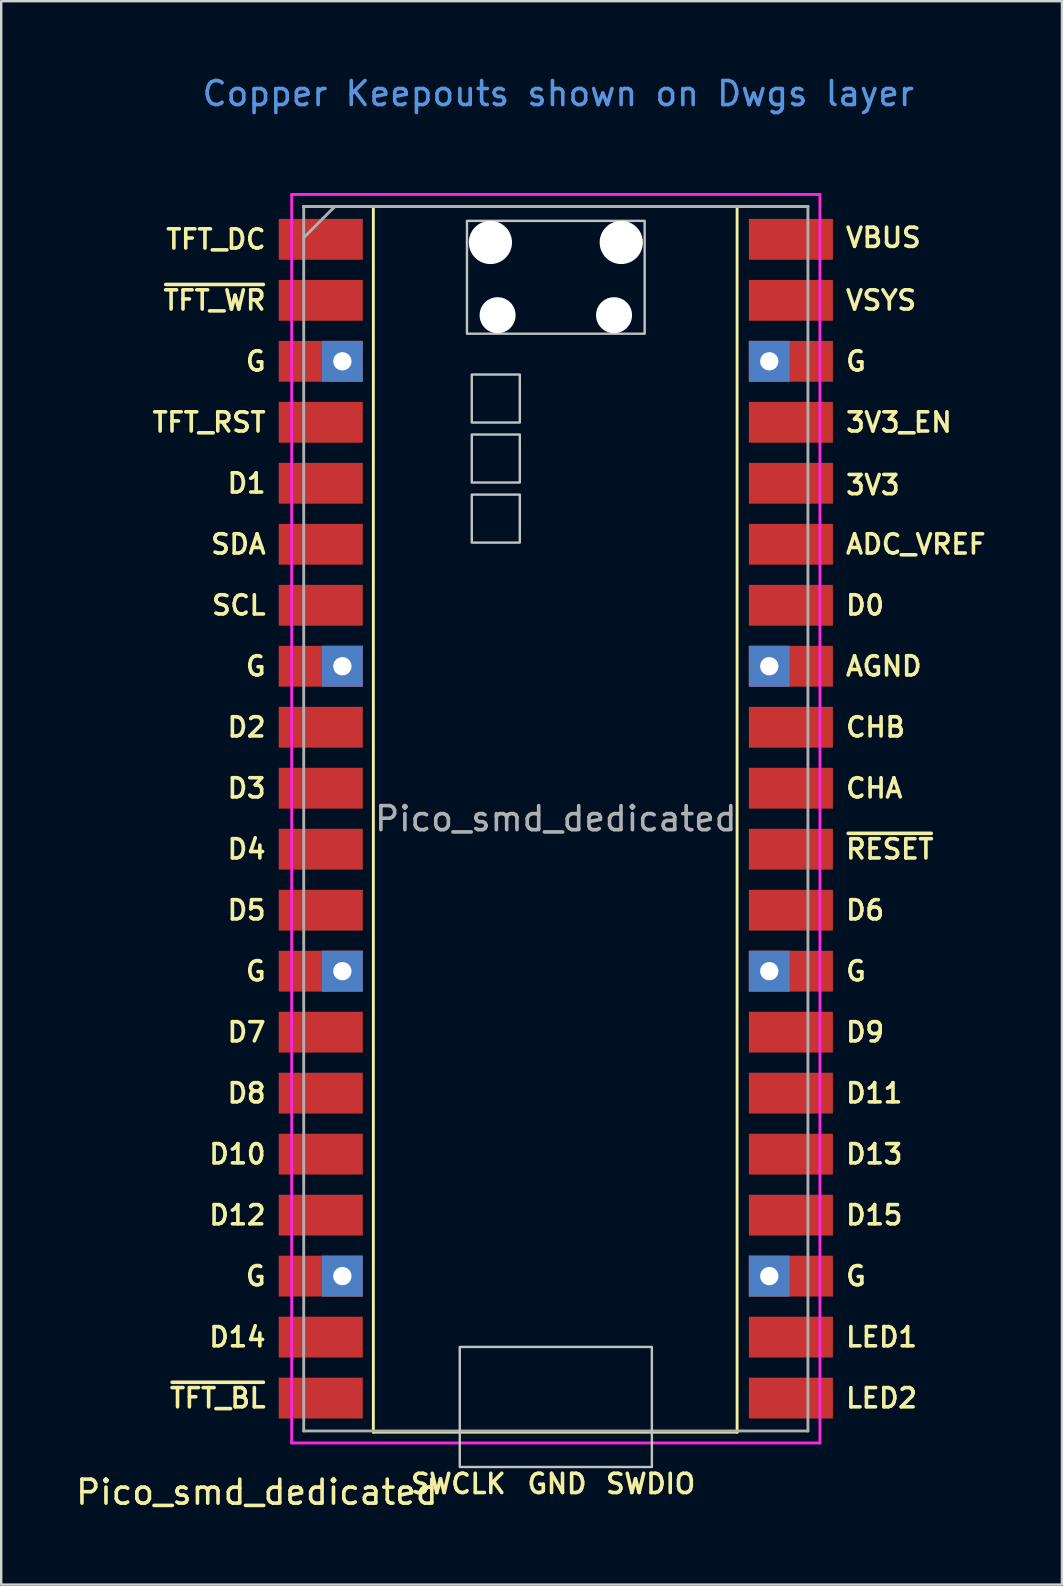
<source format=kicad_pcb>
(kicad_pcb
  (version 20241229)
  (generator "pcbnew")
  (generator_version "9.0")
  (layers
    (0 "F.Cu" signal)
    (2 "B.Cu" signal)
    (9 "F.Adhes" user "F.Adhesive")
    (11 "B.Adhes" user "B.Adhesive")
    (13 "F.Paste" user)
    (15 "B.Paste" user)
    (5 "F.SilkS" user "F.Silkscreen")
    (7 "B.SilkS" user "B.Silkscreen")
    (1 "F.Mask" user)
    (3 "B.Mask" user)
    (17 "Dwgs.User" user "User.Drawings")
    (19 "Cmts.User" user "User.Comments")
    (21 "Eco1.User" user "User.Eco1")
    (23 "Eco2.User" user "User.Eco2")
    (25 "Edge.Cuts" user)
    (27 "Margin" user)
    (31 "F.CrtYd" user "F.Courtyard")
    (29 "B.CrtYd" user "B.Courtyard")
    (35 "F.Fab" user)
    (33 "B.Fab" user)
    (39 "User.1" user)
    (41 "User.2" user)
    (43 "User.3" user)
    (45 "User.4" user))
  (footprint "Pico_smd_dedicated"
    (layer "F.Cu")
    (at 20.099 31.048)
    (property "Reference" "Pico_smd_dedicated" (at -12.45 28.05 0) (layer "F.SilkS") (effects (font (size 1 1) (thickness 0.15))))
    (attr through_hole)
    (fp_line (start -10.5 -25.5) (end 10.5 -25.5) (stroke (width 0.12) (type solid)) (layer "F.SilkS"))
    (fp_line (start -7.6 -25.5) (end -7.6 25.55) (stroke (width 0.12) (type solid)) (layer "F.SilkS"))
    (fp_line (start -7.6 25.55) (end 7.55 25.55) (stroke (width 0.12) (type solid)) (layer "F.SilkS"))
    (fp_line (start 7.55 25.55) (end 7.55 -25.5) (stroke (width 0.12) (type solid)) (layer "F.SilkS"))
    (fp_poly (pts (xy -1.5 -16.5) (xy -3.5 -16.5) (xy -3.5 -18.5) (xy -1.5 -18.5)) (stroke (width 0.1) (type solid)) (fill no) (layer "Dwgs.User"))
    (fp_poly (pts (xy -1.5 -14) (xy -3.5 -14) (xy -3.5 -16) (xy -1.5 -16)) (stroke (width 0.1) (type solid)) (fill no) (layer "Dwgs.User"))
    (fp_poly (pts (xy -1.5 -11.5) (xy -3.5 -11.5) (xy -3.5 -13.5) (xy -1.5 -13.5)) (stroke (width 0.1) (type solid)) (fill no) (layer "Dwgs.User"))
    (fp_poly (pts (xy 3.7 -20.2) (xy -3.7 -20.2) (xy -3.7 -24.9) (xy 3.7 -24.9)) (stroke (width 0.1) (type solid)) (fill no) (layer "Dwgs.User"))
    (fp_poly (pts (xy 4 27) (xy -4 27) (xy -4 22) (xy 4 22)) (stroke (width 0.1) (type solid)) (fill no) (layer "Dwgs.User"))
    (fp_line (start -11 -26) (end 11 -26) (stroke (width 0.12) (type solid)) (layer "F.CrtYd"))
    (fp_line (start -11 26) (end -11 -26) (stroke (width 0.12) (type solid)) (layer "F.CrtYd"))
    (fp_line (start 11 -26) (end 11 26) (stroke (width 0.12) (type solid)) (layer "F.CrtYd"))
    (fp_line (start 11 26) (end -11 26) (stroke (width 0.12) (type solid)) (layer "F.CrtYd"))
    (fp_line (start -10.5 -25.5) (end 10.5 -25.5) (stroke (width 0.12) (type solid)) (layer "F.Fab"))
    (fp_line (start -10.5 -24.2) (end -9.2 -25.5) (stroke (width 0.12) (type solid)) (layer "F.Fab"))
    (fp_line (start -10.5 25.5) (end -10.5 -25.5) (stroke (width 0.12) (type solid)) (layer "F.Fab"))
    (fp_line (start 10.5 -25.5) (end 10.5 25.5) (stroke (width 0.12) (type solid)) (layer "F.Fab"))
    (fp_line (start 10.5 25.5) (end -10.5 25.5) (stroke (width 0.12) (type solid)) (layer "F.Fab"))
    (fp_text user "~{TFT_WR}" (at -12 -21.59 0) (layer "F.SilkS") (effects (font (size 0.8 0.8) (thickness 0.15)) (justify right)))
    (fp_text user "D5" (at -12 3.81 0) (layer "F.SilkS") (effects (font (size 0.8 0.8) (thickness 0.15)) (justify right)))
    (fp_text user "D1" (at -12 -13.97 0) (layer "F.SilkS") (effects (font (size 0.8 0.8) (thickness 0.15)) (justify right)))
    (fp_text user "AGND" (at 12 -6.35 0) (layer "F.SilkS") (effects (font (size 0.8 0.8) (thickness 0.15)) (justify left)))
    (fp_text user "~{TFT_BL}" (at -12 24.13 0) (layer "F.SilkS") (effects (font (size 0.8 0.8) (thickness 0.15)) (justify right)))
    (fp_text user "LED1" (at 12 21.59 0) (layer "F.SilkS") (effects (font (size 0.8 0.8) (thickness 0.15)) (justify left)))
    (fp_text user "VSYS" (at 12 -21.59 0) (layer "F.SilkS") (effects (font (size 0.8 0.8) (thickness 0.15)) (justify left)))
    (fp_text user "G" (at 12 19.05 0) (layer "F.SilkS") (effects (font (size 0.8 0.8) (thickness 0.15)) (justify left)))
    (fp_text user "3V3" (at 12 -13.9 0) (layer "F.SilkS") (effects (font (size 0.8 0.8) (thickness 0.15)) (justify left)))
    (fp_text user "ADC_VREF" (at 12 -11.43 0) (layer "F.SilkS") (effects (font (size 0.8 0.8) (thickness 0.15)) (justify left)))
    (fp_text user "D15" (at 12 16.51 0) (layer "F.SilkS") (effects (font (size 0.8 0.8) (thickness 0.15)) (justify left)))
    (fp_text user "SDA" (at -12 -11.43 0) (layer "F.SilkS") (effects (font (size 0.8 0.8) (thickness 0.15)) (justify right)))
    (fp_text user "D7" (at -12 8.89 0) (layer "F.SilkS") (effects (font (size 0.8 0.8) (thickness 0.15)) (justify right)))
    (fp_text user "G" (at 12 -19.05 0) (layer "F.SilkS") (effects (font (size 0.8 0.8) (thickness 0.15)) (justify left)))
    (fp_text user "G" (at -12 19.05 0) (layer "F.SilkS") (effects (font (size 0.8 0.8) (thickness 0.15)) (justify right)))
    (fp_text user "D6" (at 12 3.81 0) (layer "F.SilkS") (effects (font (size 0.8 0.8) (thickness 0.15)) (justify left)))
    (fp_text user "G" (at -12 -19.05 0) (layer "F.SilkS") (effects (font (size 0.8 0.8) (thickness 0.15)) (justify right)))
    (fp_text user "3V3_EN" (at 12 -16.51 0) (layer "F.SilkS") (effects (font (size 0.8 0.8) (thickness 0.15)) (justify left)))
    (fp_text user "D0" (at 12 -8.89 0) (layer "F.SilkS") (effects (font (size 0.8 0.8) (thickness 0.15)) (justify left)))
    (fp_text user "D3" (at -12 -1.27 0) (layer "F.SilkS") (effects (font (size 0.8 0.8) (thickness 0.15)) (justify right)))
    (fp_text user "TFT_DC" (at -12 -24.13 0) (layer "F.SilkS") (effects (font (size 0.8 0.8) (thickness 0.15)) (justify right)))
    (fp_text user "D2" (at -12 -3.81 0) (layer "F.SilkS") (effects (font (size 0.8 0.8) (thickness 0.15)) (justify right)))
    (fp_text user "G" (at -12 -6.35 0) (layer "F.SilkS") (effects (font (size 0.8 0.8) (thickness 0.15)) (justify right)))
    (fp_text user "D9" (at 12 8.89 0) (layer "F.SilkS") (effects (font (size 0.8 0.8) (thickness 0.15)) (justify left)))
    (fp_text user "TFT_RST" (at -12 -16.51 0) (layer "F.SilkS") (effects (font (size 0.8 0.8) (thickness 0.15)) (justify right)))
    (fp_text user "D14" (at -12 21.59 0) (layer "F.SilkS") (effects (font (size 0.8 0.8) (thickness 0.15)) (justify right)))
    (fp_text user "LED2" (at 12 24.13 0) (layer "F.SilkS") (effects (font (size 0.8 0.8) (thickness 0.15)) (justify left)))
    (fp_text user "D11" (at 12 11.43 0) (layer "F.SilkS") (effects (font (size 0.8 0.8) (thickness 0.15)) (justify left)))
    (fp_text user "VBUS" (at 12 -24.2 0) (layer "F.SilkS") (effects (font (size 0.8 0.8) (thickness 0.15)) (justify left)))
    (fp_text user "SCL" (at -12 -8.89 0) (layer "F.SilkS") (effects (font (size 0.8 0.8) (thickness 0.15)) (justify right)))
    (fp_text user "D13" (at 12 13.97 0) (layer "F.SilkS") (effects (font (size 0.8 0.8) (thickness 0.15)) (justify left)))
    (fp_text user "CHA" (at 12 -1.27 0) (layer "F.SilkS") (effects (font (size 0.8 0.8) (thickness 0.15)) (justify left)))
    (fp_text user "G" (at 12 6.35 0) (layer "F.SilkS") (effects (font (size 0.8 0.8) (thickness 0.15)) (justify left)))
    (fp_text user "CHB" (at 12 -3.81 0) (layer "F.SilkS") (effects (font (size 0.8 0.8) (thickness 0.15)) (justify left)))
    (fp_text user "D10" (at -12 13.97 0) (layer "F.SilkS") (effects (font (size 0.8 0.8) (thickness 0.15)) (justify right)))
    (fp_text user "D4" (at -12 1.27 0) (layer "F.SilkS") (effects (font (size 0.8 0.8) (thickness 0.15)) (justify right)))
    (fp_text user "GND" (at 0.05 27.7 0) (layer "F.SilkS") (effects (font (size 0.8 0.8) (thickness 0.15))))
    (fp_text user "G" (at -12 6.35 0) (layer "F.SilkS") (effects (font (size 0.8 0.8) (thickness 0.15)) (justify right)))
    (fp_text user "~{RESET}" (at 12 1.27 0) (layer "F.SilkS") (effects (font (size 0.8 0.8) (thickness 0.15)) (justify left)))
    (fp_text user "D12" (at -12 16.51 0) (layer "F.SilkS") (effects (font (size 0.8 0.8) (thickness 0.15)) (justify right)))
    (fp_text user "D8" (at -12 11.43 0) (layer "F.SilkS") (effects (font (size 0.8 0.8) (thickness 0.15)) (justify right)))
    (fp_text user "SWDIO" (at 2 27.7 0) (layer "F.SilkS") (effects (font (size 0.8 0.8) (thickness 0.15)) (justify left)))
    (fp_text user "SWCLK" (at -2 27.7 0) (layer "F.SilkS") (effects (font (size 0.8 0.8) (thickness 0.15)) (justify right)))
    (fp_text user "Copper Keepouts shown on Dwgs layer" (at 0.1 -30.2 0) (layer "Cmts.User") (effects (font (size 1 1) (thickness 0.15))))
    (fp_text user "${REFERENCE}" (at 0 0 180) (layer "F.Fab") (effects (font (size 1 1) (thickness 0.15))))
    (pad "" np_thru_hole oval (at -2.725 -24) (size 1.8 1.8) (drill 1.8) (layers "*.Cu" "*.Mask"))
    (pad "" np_thru_hole oval (at -2.425 -20.97) (size 1.5 1.5) (drill 1.5) (layers "*.Cu" "*.Mask"))
    (pad "" np_thru_hole oval (at 2.425 -20.97) (size 1.5 1.5) (drill 1.5) (layers "*.Cu" "*.Mask"))
    (pad "" np_thru_hole oval (at 2.725 -24) (size 1.8 1.8) (drill 1.8) (layers "*.Cu" "*.Mask"))
    (pad "1" smd rect (at -8.89 -24.13) (size 3.5 1.7) (drill (offset -0.9 0)) (layers "F.Cu" "F.Mask"))
    (pad "2" smd rect (at -8.89 -21.59) (size 3.5 1.7) (drill (offset -0.9 0)) (layers "F.Cu" "F.Mask"))
    (pad "3" thru_hole rect (at -8.89 -19.05) (size 1.7 1.7) (drill 0.762) (layers "*.Cu" "F.Mask"))
    (pad "3" smd rect (at -8.89 -19.05) (size 3.5 1.7) (drill (offset -0.9 0)) (layers "F.Cu" "F.Mask"))
    (pad "4" smd rect (at -8.89 -16.51) (size 3.5 1.7) (drill (offset -0.9 0)) (layers "F.Cu" "F.Mask"))
    (pad "5" smd rect (at -8.89 -13.97) (size 3.5 1.7) (drill (offset -0.9 0)) (layers "F.Cu" "F.Mask"))
    (pad "6" smd rect (at -8.89 -11.43) (size 3.5 1.7) (drill (offset -0.9 0)) (layers "F.Cu" "F.Mask"))
    (pad "7" smd rect (at -8.89 -8.89) (size 3.5 1.7) (drill (offset -0.9 0)) (layers "F.Cu" "F.Mask"))
    (pad "8" thru_hole rect (at -8.89 -6.35) (size 1.7 1.7) (drill 0.762) (layers "*.Cu" "F.Mask"))
    (pad "8" smd rect (at -8.89 -6.35) (size 3.5 1.7) (drill (offset -0.9 0)) (layers "F.Cu" "F.Mask"))
    (pad "9" smd rect (at -8.89 -3.81) (size 3.5 1.7) (drill (offset -0.9 0)) (layers "F.Cu" "F.Mask"))
    (pad "10" smd rect (at -8.89 -1.27) (size 3.5 1.7) (drill (offset -0.9 0)) (layers "F.Cu" "F.Mask"))
    (pad "11" smd rect (at -8.89 1.27) (size 3.5 1.7) (drill (offset -0.9 0)) (layers "F.Cu" "F.Mask"))
    (pad "12" smd rect (at -8.89 3.81) (size 3.5 1.7) (drill (offset -0.9 0)) (layers "F.Cu" "F.Mask"))
    (pad "13" thru_hole rect (at -8.89 6.35) (size 1.7 1.7) (drill 0.762) (layers "*.Cu" "F.Mask"))
    (pad "13" smd rect (at -8.89 6.35) (size 3.5 1.7) (drill (offset -0.9 0)) (layers "F.Cu" "F.Mask"))
    (pad "14" smd rect (at -8.89 8.89) (size 3.5 1.7) (drill (offset -0.9 0)) (layers "F.Cu" "F.Mask"))
    (pad "15" smd rect (at -8.89 11.43) (size 3.5 1.7) (drill (offset -0.9 0)) (layers "F.Cu" "F.Mask"))
    (pad "16" smd rect (at -8.89 13.97) (size 3.5 1.7) (drill (offset -0.9 0)) (layers "F.Cu" "F.Mask"))
    (pad "17" smd rect (at -8.89 16.51) (size 3.5 1.7) (drill (offset -0.9 0)) (layers "F.Cu" "F.Mask"))
    (pad "18" thru_hole rect (at -8.89 19.05) (size 1.7 1.7) (drill 0.762) (layers "*.Cu" "F.Mask"))
    (pad "18" smd rect (at -8.89 19.05) (size 3.5 1.7) (drill (offset -0.9 0)) (layers "F.Cu" "F.Mask"))
    (pad "19" smd rect (at -8.89 21.59) (size 3.5 1.7) (drill (offset -0.9 0)) (layers "F.Cu" "F.Mask"))
    (pad "20" smd rect (at -8.89 24.13) (size 3.5 1.7) (drill (offset -0.9 0)) (layers "F.Cu" "F.Mask"))
    (pad "21" smd rect (at 8.89 24.13) (size 3.5 1.7) (drill (offset 0.9 0)) (layers "F.Cu" "F.Mask"))
    (pad "22" smd rect (at 8.89 21.59) (size 3.5 1.7) (drill (offset 0.9 0)) (layers "F.Cu" "F.Mask"))
    (pad "23" thru_hole rect (at 8.89 19.05) (size 1.7 1.7) (drill 0.762) (layers "*.Cu" "F.Mask"))
    (pad "23" smd rect (at 8.89 19.05) (size 3.5 1.7) (drill (offset 0.9 0)) (layers "F.Cu" "F.Mask"))
    (pad "24" smd rect (at 8.89 16.51) (size 3.5 1.7) (drill (offset 0.9 0)) (layers "F.Cu" "F.Mask"))
    (pad "25" smd rect (at 8.89 13.97) (size 3.5 1.7) (drill (offset 0.9 0)) (layers "F.Cu" "F.Mask"))
    (pad "26" smd rect (at 8.89 11.43) (size 3.5 1.7) (drill (offset 0.9 0)) (layers "F.Cu" "F.Mask"))
    (pad "27" smd rect (at 8.89 8.89) (size 3.5 1.7) (drill (offset 0.9 0)) (layers "F.Cu" "F.Mask"))
    (pad "28" thru_hole rect (at 8.89 6.35) (size 1.7 1.7) (drill 0.762) (layers "*.Cu" "F.Mask"))
    (pad "28" smd rect (at 8.89 6.35) (size 3.5 1.7) (drill (offset 0.9 0)) (layers "F.Cu" "F.Mask"))
    (pad "29" smd rect (at 8.89 3.81) (size 3.5 1.7) (drill (offset 0.9 0)) (layers "F.Cu" "F.Mask"))
    (pad "30" smd rect (at 8.89 1.27) (size 3.5 1.7) (drill (offset 0.9 0)) (layers "F.Cu" "F.Mask"))
    (pad "31" smd rect (at 8.89 -1.27) (size 3.5 1.7) (drill (offset 0.9 0)) (layers "F.Cu" "F.Mask"))
    (pad "32" smd rect (at 8.89 -3.81) (size 3.5 1.7) (drill (offset 0.9 0)) (layers "F.Cu" "F.Mask"))
    (pad "33" thru_hole rect (at 8.89 -6.35) (size 1.7 1.7) (drill 0.762) (layers "*.Cu" "F.Mask"))
    (pad "33" smd rect (at 8.89 -6.35) (size 3.5 1.7) (drill (offset 0.9 0)) (layers "F.Cu" "F.Mask"))
    (pad "34" smd rect (at 8.89 -8.89) (size 3.5 1.7) (drill (offset 0.9 0)) (layers "F.Cu" "F.Mask"))
    (pad "35" smd rect (at 8.89 -11.43) (size 3.5 1.7) (drill (offset 0.9 0)) (layers "F.Cu" "F.Mask"))
    (pad "36" smd rect (at 8.89 -13.97) (size 3.5 1.7) (drill (offset 0.9 0)) (layers "F.Cu" "F.Mask"))
    (pad "37" smd rect (at 8.89 -16.51) (size 3.5 1.7) (drill (offset 0.9 0)) (layers "F.Cu" "F.Mask"))
    (pad "38" thru_hole rect (at 8.89 -19.05) (size 1.7 1.7) (drill 0.762) (layers "*.Cu" "F.Mask"))
    (pad "38" smd rect (at 8.89 -19.05) (size 3.5 1.7) (drill (offset 0.9 0)) (layers "F.Cu" "F.Mask"))
    (pad "39" smd rect (at 8.89 -21.59) (size 3.5 1.7) (drill (offset 0.9 0)) (layers "F.Cu" "F.Mask"))
    (pad "40" smd rect (at 8.89 -24.13) (size 3.5 1.7) (drill (offset 0.9 0)) (layers "F.Cu" "F.Mask")))
  (gr_rect
    (start -3 -3)
    (end 41.179 62.947)
    (stroke (width 0.1) (type default))
    (fill no)
    (layer "Edge.Cuts")))
</source>
